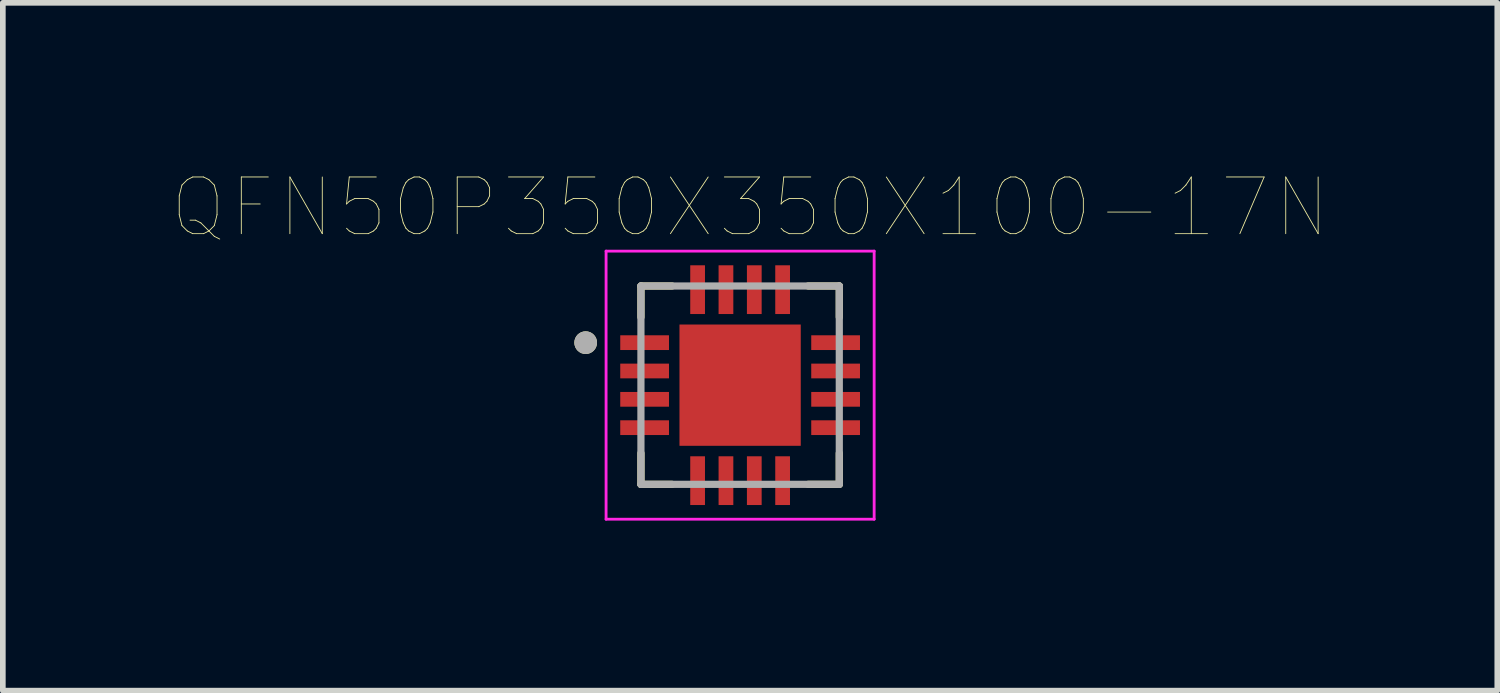
<source format=kicad_pcb>
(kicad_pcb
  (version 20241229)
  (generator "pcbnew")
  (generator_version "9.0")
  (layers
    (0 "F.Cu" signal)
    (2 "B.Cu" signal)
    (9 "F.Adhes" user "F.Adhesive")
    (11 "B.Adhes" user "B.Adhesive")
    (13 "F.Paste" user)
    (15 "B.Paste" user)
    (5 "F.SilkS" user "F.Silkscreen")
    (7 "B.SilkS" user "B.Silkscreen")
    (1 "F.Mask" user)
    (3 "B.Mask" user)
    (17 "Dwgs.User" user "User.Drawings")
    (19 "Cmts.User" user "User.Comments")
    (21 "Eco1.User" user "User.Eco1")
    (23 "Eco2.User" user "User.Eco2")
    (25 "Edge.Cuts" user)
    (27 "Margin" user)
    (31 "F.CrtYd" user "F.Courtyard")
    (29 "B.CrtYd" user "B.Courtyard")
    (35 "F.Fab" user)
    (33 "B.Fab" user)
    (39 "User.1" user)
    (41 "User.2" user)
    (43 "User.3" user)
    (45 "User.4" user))
  (footprint "QFN50P350X350X100-17N"
    (layer "F.Cu")
    (at 10.009 3.746)
    (property "Reference" "QFN50P350X350X100-17N" (at 0.175 -3.135 0) (layer "F.SilkS") (effects (font (size 1 1) (thickness 0.015))))
    (attr through_hole)
    (fp_line (start -1.75 -1.75) (end -1.75 -1.2) (stroke (width 0.127) (type solid)) (layer "F.SilkS"))
    (fp_line (start -1.75 -1.75) (end -1.2 -1.75) (stroke (width 0.127) (type solid)) (layer "F.SilkS"))
    (fp_line (start -1.75 1.75) (end -1.75 1.2) (stroke (width 0.127) (type solid)) (layer "F.SilkS"))
    (fp_line (start -1.75 1.75) (end -1.2 1.75) (stroke (width 0.127) (type solid)) (layer "F.SilkS"))
    (fp_line (start 1.75 -1.75) (end 1.2 -1.75) (stroke (width 0.127) (type solid)) (layer "F.SilkS"))
    (fp_line (start 1.75 -1.75) (end 1.75 -1.2) (stroke (width 0.127) (type solid)) (layer "F.SilkS"))
    (fp_line (start 1.75 1.75) (end 1.2 1.75) (stroke (width 0.127) (type solid)) (layer "F.SilkS"))
    (fp_line (start 1.75 1.75) (end 1.75 1.2) (stroke (width 0.127) (type solid)) (layer "F.SilkS"))
    (fp_circle (center -2.725 -0.75) (end -2.625 -0.75) (stroke (width 0.2) (type solid)) (fill no) (layer "F.SilkS"))
    (fp_poly (pts (xy -0.68 -0.68) (xy 0.68 -0.68) (xy 0.68 0.68) (xy -0.68 0.68)) (stroke (width 0.01) (type solid)) (fill yes) (layer "F.Paste"))
    (fp_line (start -2.365 -2.365) (end 2.365 -2.365) (stroke (width 0.05) (type solid)) (layer "F.CrtYd"))
    (fp_line (start -2.365 2.365) (end -2.365 -2.365) (stroke (width 0.05) (type solid)) (layer "F.CrtYd"))
    (fp_line (start -2.365 2.365) (end 2.365 2.365) (stroke (width 0.05) (type solid)) (layer "F.CrtYd"))
    (fp_line (start 2.365 2.365) (end 2.365 -2.365) (stroke (width 0.05) (type solid)) (layer "F.CrtYd"))
    (fp_line (start -1.75 1.75) (end -1.75 -1.75) (stroke (width 0.127) (type solid)) (layer "F.Fab"))
    (fp_line (start 1.75 -1.75) (end -1.75 -1.75) (stroke (width 0.127) (type solid)) (layer "F.Fab"))
    (fp_line (start 1.75 1.75) (end -1.75 1.75) (stroke (width 0.127) (type solid)) (layer "F.Fab"))
    (fp_line (start 1.75 1.75) (end 1.75 -1.75) (stroke (width 0.127) (type solid)) (layer "F.Fab"))
    (fp_circle (center -2.725 -0.75) (end -2.625 -0.75) (stroke (width 0.2) (type solid)) (fill no) (layer "F.Fab"))
    (pad "1" smd rect (at -1.685 -0.75) (size 0.86 0.26) (layers "F.Cu" "F.Mask" "F.Paste"))
    (pad "2" smd rect (at -1.685 -0.25) (size 0.86 0.26) (layers "F.Cu" "F.Mask" "F.Paste"))
    (pad "3" smd rect (at -1.685 0.25) (size 0.86 0.26) (layers "F.Cu" "F.Mask" "F.Paste"))
    (pad "4" smd rect (at -1.685 0.75) (size 0.86 0.26) (layers "F.Cu" "F.Mask" "F.Paste"))
    (pad "5" smd rect (at -0.75 1.685) (size 0.26 0.86) (layers "F.Cu" "F.Mask" "F.Paste"))
    (pad "6" smd rect (at -0.25 1.685) (size 0.26 0.86) (layers "F.Cu" "F.Mask" "F.Paste"))
    (pad "7" smd rect (at 0.25 1.685) (size 0.26 0.86) (layers "F.Cu" "F.Mask" "F.Paste"))
    (pad "8" smd rect (at 0.75 1.685) (size 0.26 0.86) (layers "F.Cu" "F.Mask" "F.Paste"))
    (pad "9" smd rect (at 1.685 0.75) (size 0.86 0.26) (layers "F.Cu" "F.Mask" "F.Paste"))
    (pad "10" smd rect (at 1.685 0.25) (size 0.86 0.26) (layers "F.Cu" "F.Mask" "F.Paste"))
    (pad "11" smd rect (at 1.685 -0.25) (size 0.86 0.26) (layers "F.Cu" "F.Mask" "F.Paste"))
    (pad "12" smd rect (at 1.685 -0.75) (size 0.86 0.26) (layers "F.Cu" "F.Mask" "F.Paste"))
    (pad "13" smd rect (at 0.75 -1.685) (size 0.26 0.86) (layers "F.Cu" "F.Mask" "F.Paste"))
    (pad "14" smd rect (at 0.25 -1.685) (size 0.26 0.86) (layers "F.Cu" "F.Mask" "F.Paste"))
    (pad "15" smd rect (at -0.25 -1.685) (size 0.26 0.86) (layers "F.Cu" "F.Mask" "F.Paste"))
    (pad "16" smd rect (at -0.75 -1.685) (size 0.26 0.86) (layers "F.Cu" "F.Mask" "F.Paste"))
    (pad "17" smd rect (at 0 0) (size 2.14 2.14) (layers "F.Cu" "F.Mask")))
  (gr_rect
    (start -3 -3)
    (end 23.369 9.136)
    (stroke (width 0.1) (type default))
    (fill no)
    (layer "Edge.Cuts")))
</source>
